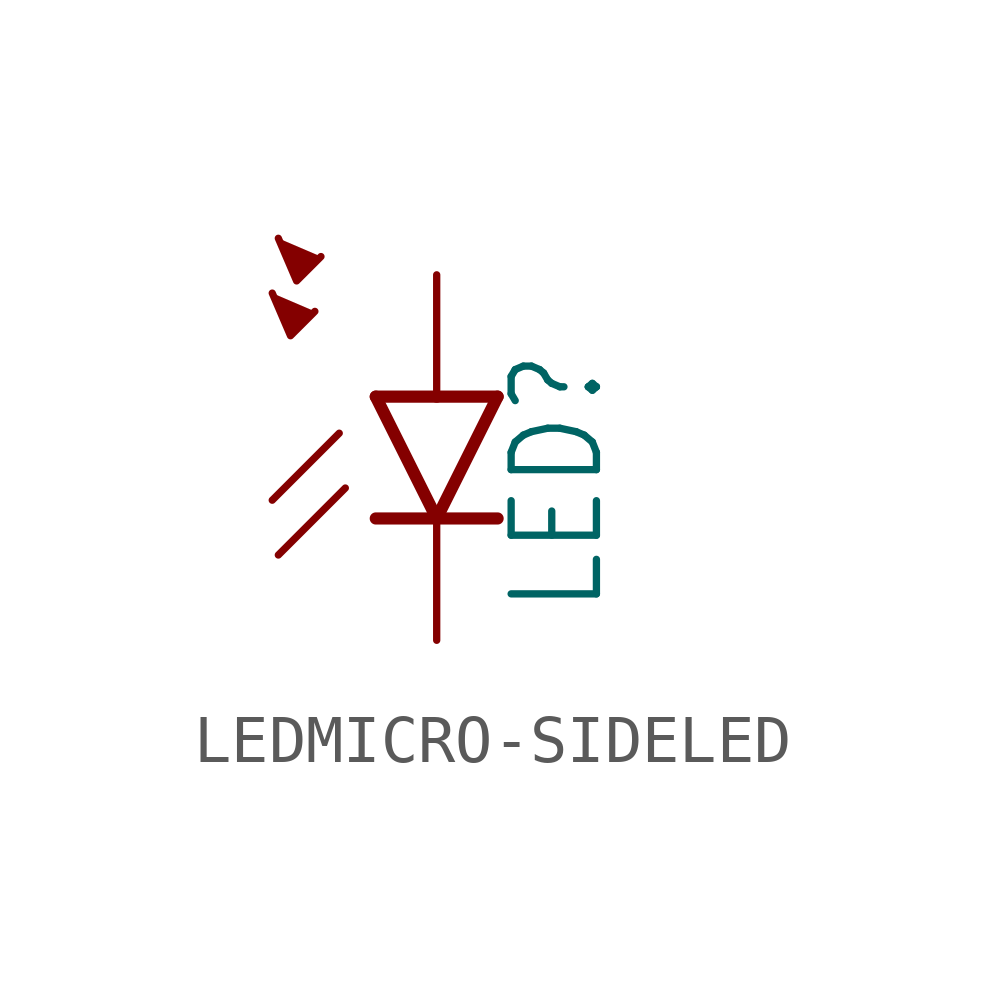
<source format=kicad_sym>
(kicad_symbol_lib
  (version 20241209)
  (generator "kicad_symbol_editor")
  (generator_version "9.0")
  (symbol "LEDMICRO-SIDELED"
    (property "Reference" "LED"
      (at 3.556 -4.572 90)
      (effects (font (size 1.778 1.511)) (justify left bottom)))
    (property "Value" ""
      (at 5.715 -4.572 90)
      (effects (font (size 1.778 1.511)) (justify left bottom)))
    (property "ki_locked" ""
      (at 0 0 0)
      (effects (font (size 1.27 1.27))))
    (symbol "LEDMICRO-SIDELED_1_0"
      (polyline (pts (xy -3.429 2.159) (xy -3.048 1.27) (xy -2.54 1.778)) (stroke (width 0.152) (type solid)) (fill (type outline)))
      (polyline (pts (xy -3.302 3.302) (xy -2.921 2.413) (xy -2.413 2.921)) (stroke (width 0.152) (type solid)) (fill (type outline)))
      (polyline (pts (xy -2.032 -0.762) (xy -3.429 -2.159)) (stroke (width 0.152) (type solid)) (fill (type none)))
      (polyline (pts (xy -1.905 -1.905) (xy -3.302 -3.302)) (stroke (width 0.152) (type solid)) (fill (type none)))
      (polyline (pts (xy 0 0) (xy -1.27 0)) (stroke (width 0.254) (type solid)) (fill (type none)))
      (polyline (pts (xy 0 -2.54) (xy -1.27 0)) (stroke (width 0.254) (type solid)) (fill (type none)))
      (polyline (pts (xy 0 -2.54) (xy -1.27 -2.54)) (stroke (width 0.254) (type solid)) (fill (type none)))
      (polyline (pts (xy 1.27 0) (xy 0 0)) (stroke (width 0.254) (type solid)) (fill (type none)))
      (polyline (pts (xy 1.27 0) (xy 0 -2.54)) (stroke (width 0.254) (type solid)) (fill (type none)))
      (polyline (pts (xy 1.27 -2.54) (xy 0 -2.54)) (stroke (width 0.254) (type solid)) (fill (type none)))
      (pin passive line (at 0 2.54 270) (length 2.54) (name "A" (effects (font (size 0 0)))) (number "A" (effects (font (size 0 0)))))
      (pin passive line (at 0 -5.08 90) (length 2.54) (name "C" (effects (font (size 0 0)))) (number "C" (effects (font (size 0 0))))))))
</source>
